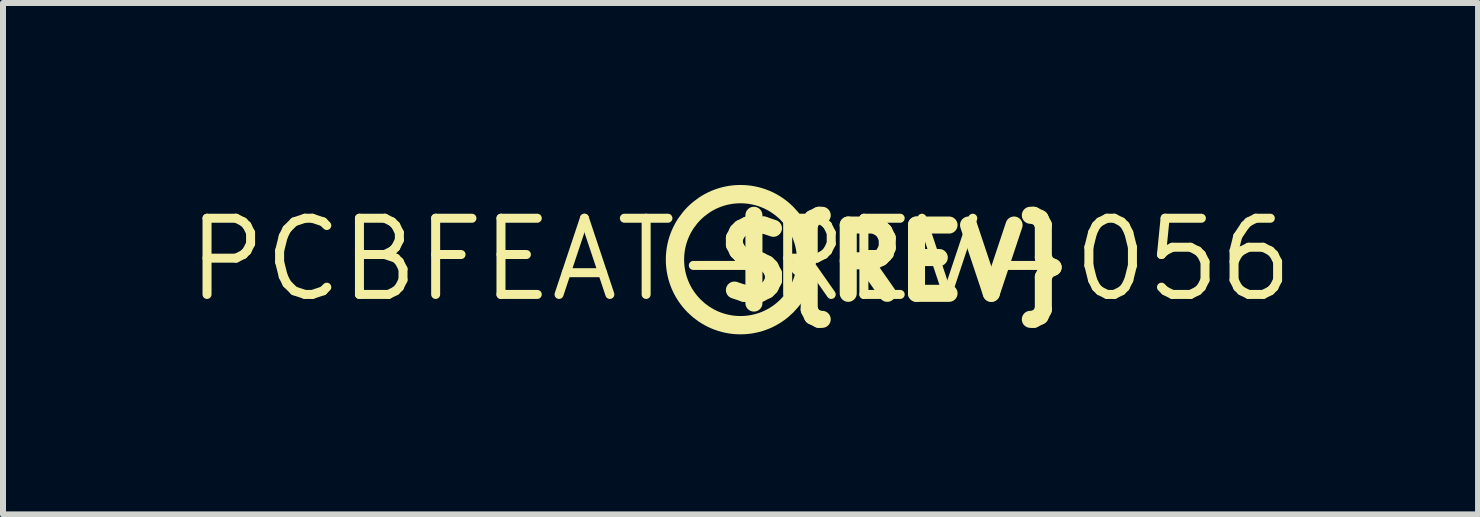
<source format=kicad_pcb>
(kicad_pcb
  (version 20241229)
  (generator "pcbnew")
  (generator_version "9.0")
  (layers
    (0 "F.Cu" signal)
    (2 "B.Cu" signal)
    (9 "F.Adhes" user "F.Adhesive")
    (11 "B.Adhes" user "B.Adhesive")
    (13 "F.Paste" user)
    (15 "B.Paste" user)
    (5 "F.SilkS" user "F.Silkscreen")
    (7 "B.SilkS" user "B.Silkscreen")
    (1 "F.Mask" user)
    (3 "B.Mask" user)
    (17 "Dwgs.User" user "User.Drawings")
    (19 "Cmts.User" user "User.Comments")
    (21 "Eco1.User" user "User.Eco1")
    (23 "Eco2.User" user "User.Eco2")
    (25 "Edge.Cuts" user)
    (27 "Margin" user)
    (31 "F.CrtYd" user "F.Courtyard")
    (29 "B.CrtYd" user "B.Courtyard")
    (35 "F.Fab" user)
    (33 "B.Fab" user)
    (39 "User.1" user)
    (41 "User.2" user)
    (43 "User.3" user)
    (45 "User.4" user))
  (footprint "PCBFEAT-REV-056"
    (layer "F.Cu")
    (at 9.29 1.277)
    (property "Reference" "PCBFEAT-REV-056" (at 0 0 0) (layer "F.SilkS") (effects (font (size 1.27 1.27) (thickness 0.15))))
    (fp_circle (center 0 0) (end 1.092 0) (stroke (width 0.305) (type solid)) (fill no) (layer "F.SilkS"))
    (fp_text user "${REV}" (at -0.505 0.715 0) (layer "F.SilkS") (effects (font (size 1.138 1.138) (thickness 0.284)) (justify left bottom))))
  (gr_rect
    (start -3 -3)
    (end 21.581 5.522)
    (stroke (width 0.1) (type default))
    (fill no)
    (layer "Edge.Cuts")))
</source>
